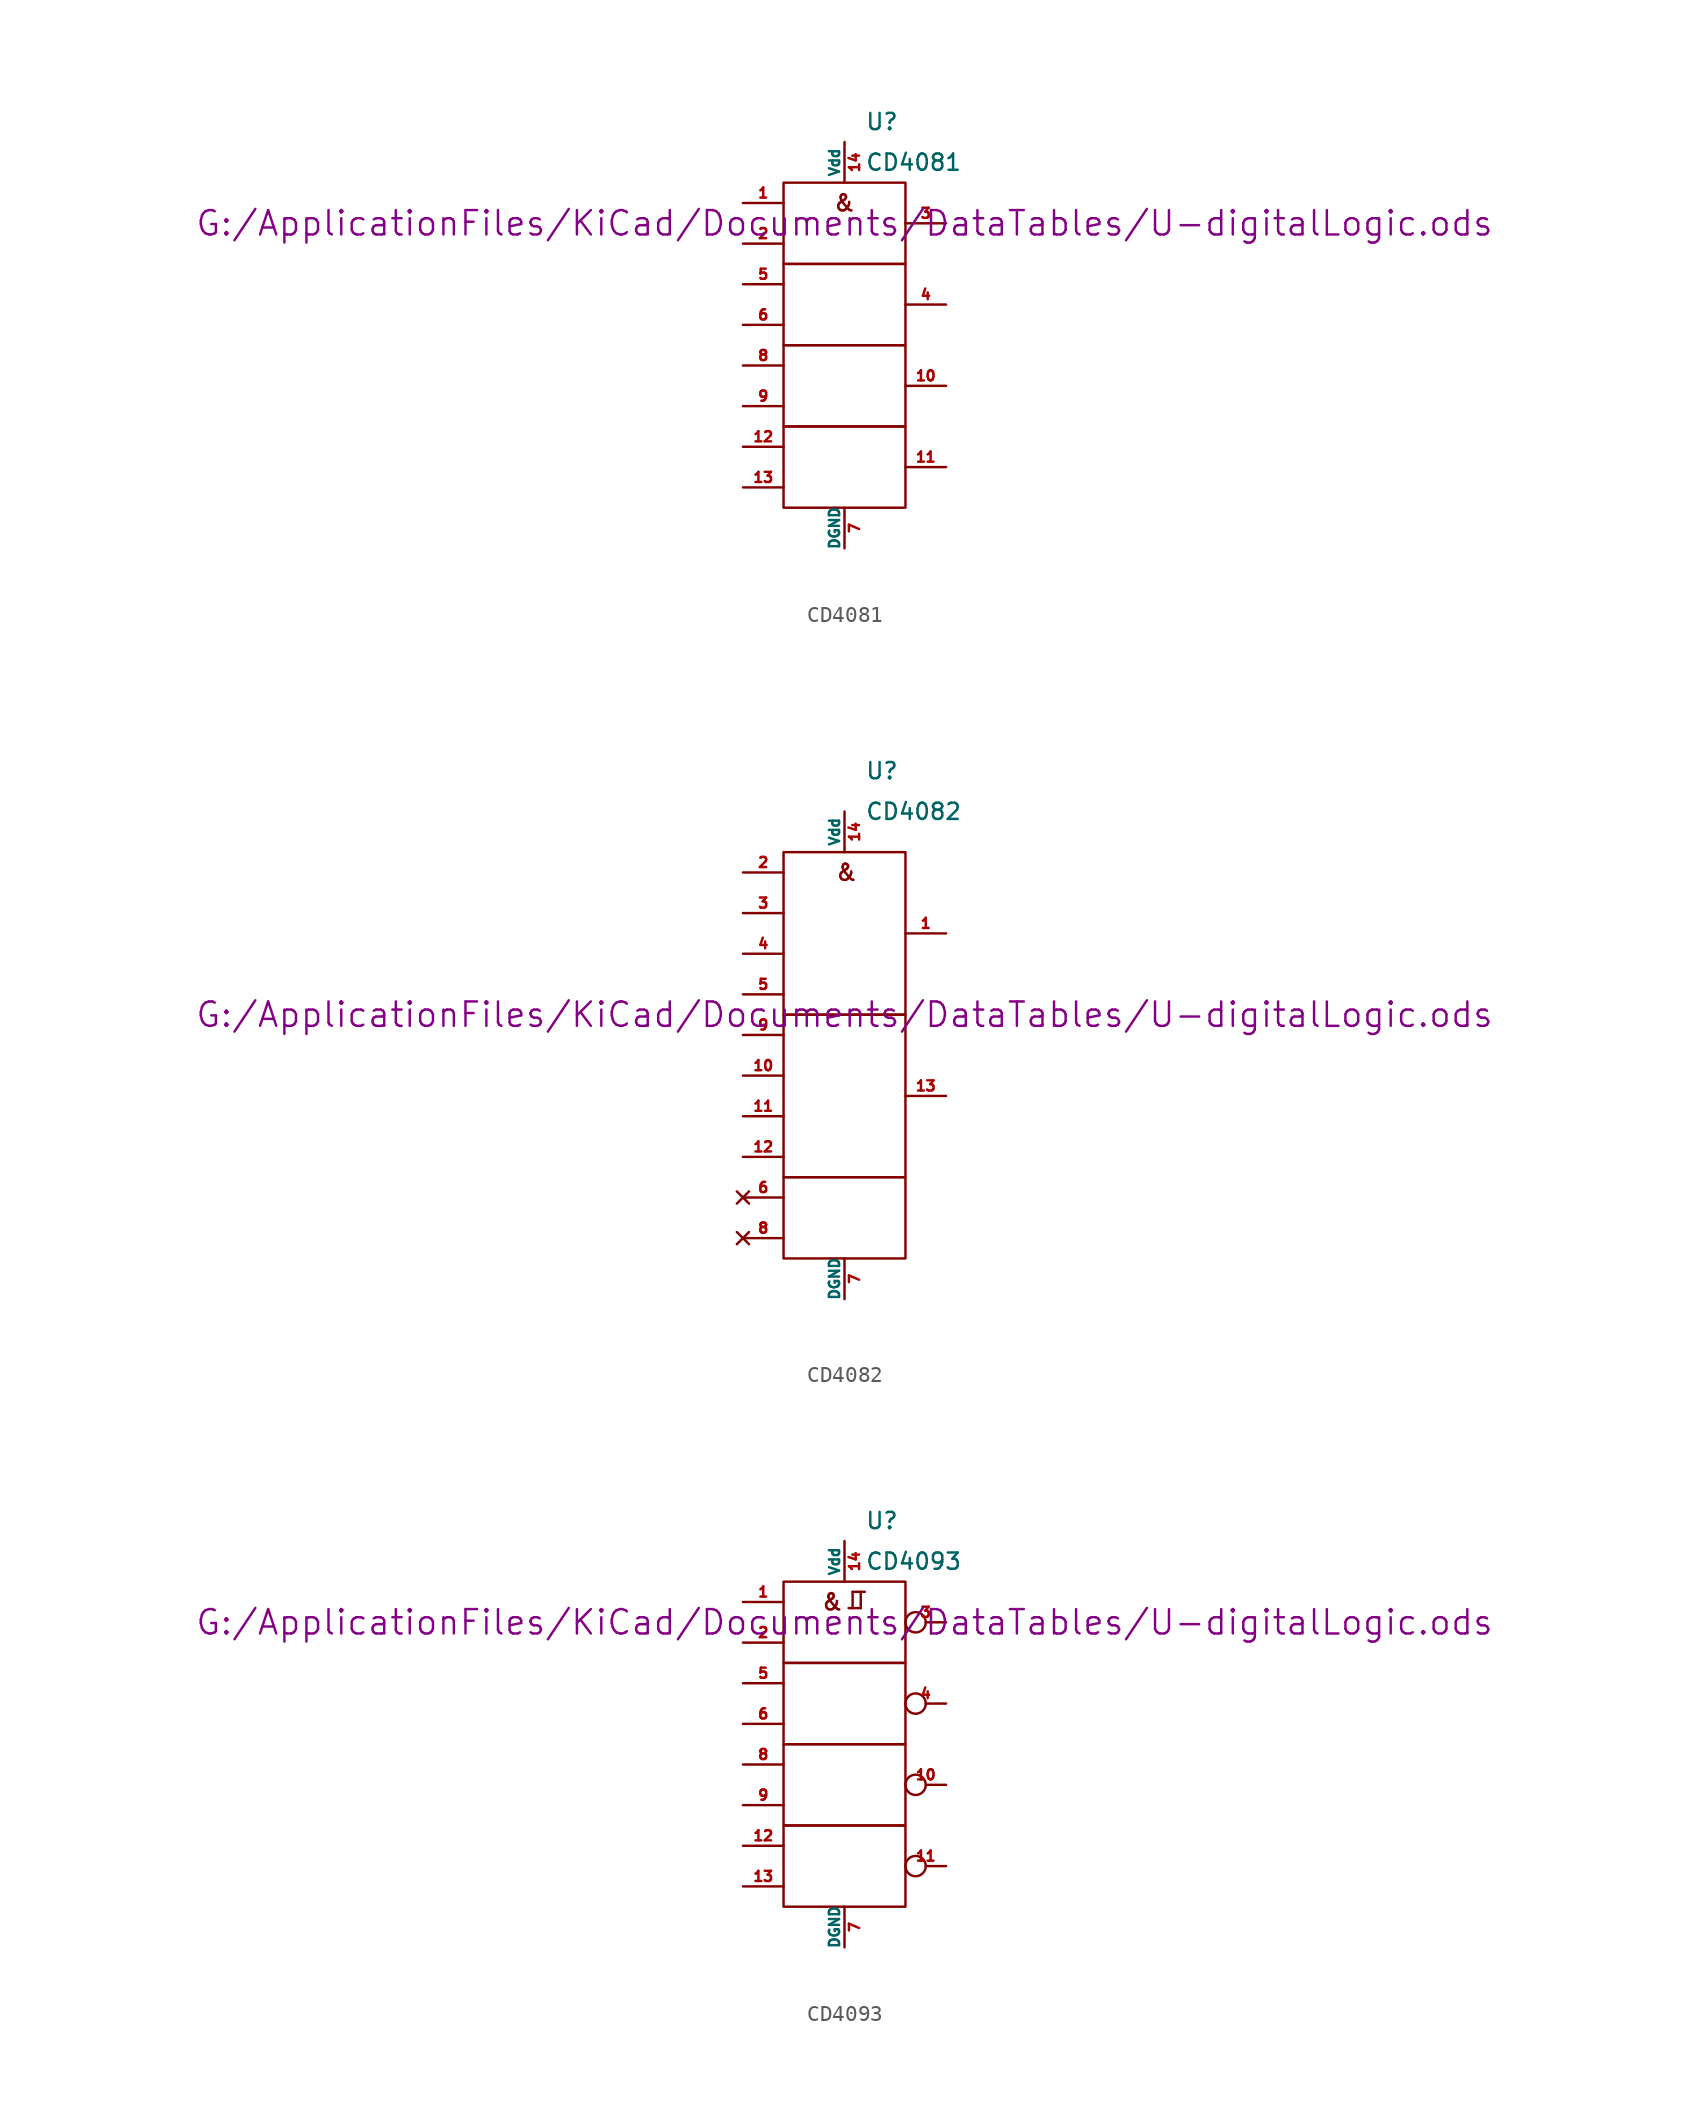
<source format=kicad_sym>
(kicad_symbol_lib
  (version 20211014)
  (generator kicad_symbol_editor)
  (symbol "CD4081"
    (pin_names
      (offset 0))
    (property "Reference" "U"
      (at 1.27 13.97 0)
      (effects (font (size 1.016 1.016)) (justify left)))
    (property "Value" "CD4081"
      (at 1.27 11.43 0)
      (effects (font (size 1.016 1.016)) (justify left)))
    (property "Footprint" ""
      (at 0 7.62 0)
      (effects (font (size 1.524 1.524))))
    (property "Datasheet" "G:/ApplicationFiles/KiCad/Documents/DataTables/U-digitalLogic.ods"
      (at 0 7.62 0)
      (effects (font (size 1.524 1.524))))
    (symbol "CD4081_0_0"
      (text "&" (at 0 8.89 0) (effects (font (size 1.016 1.016)))))
    (symbol "CD4081_0_1"
      (rectangle (start -3.81 -5.08) (end 3.81 -10.16) (stroke (width 0) (type default) (color 0 0 0 0)) (fill (type none)))
      (rectangle (start -3.81 0) (end 3.81 -5.08) (stroke (width 0) (type default) (color 0 0 0 0)) (fill (type none)))
      (rectangle (start -3.81 5.08) (end 3.81 0) (stroke (width 0) (type default) (color 0 0 0 0)) (fill (type none)))
      (rectangle (start -3.81 10.16) (end 3.81 5.08) (stroke (width 0) (type default) (color 0 0 0 0)) (fill (type none))))
    (symbol "CD4081_1_1"
      (pin input line (at -6.35 8.89 0) (length 2.54) (name "~" (effects (font (size 0.635 0.635)))) (number "1" (effects (font (size 0.635 0.635)))))
      (pin output line (at 6.35 -2.54 180) (length 2.54) (name "~" (effects (font (size 0.635 0.635)))) (number "10" (effects (font (size 0.635 0.635)))))
      (pin output line (at 6.35 -7.62 180) (length 2.54) (name "~" (effects (font (size 0.635 0.635)))) (number "11" (effects (font (size 0.635 0.635)))))
      (pin input line (at -6.35 -6.35 0) (length 2.54) (name "~" (effects (font (size 0.635 0.635)))) (number "12" (effects (font (size 0.635 0.635)))))
      (pin input line (at -6.35 -8.89 0) (length 2.54) (name "~" (effects (font (size 0.635 0.635)))) (number "13" (effects (font (size 0.635 0.635)))))
      (pin power_in line (at 0 12.7 270) (length 2.54) (name "Vdd" (effects (font (size 0.635 0.635)))) (number "14" (effects (font (size 0.635 0.635)))))
      (pin input line (at -6.35 6.35 0) (length 2.54) (name "~" (effects (font (size 0.635 0.635)))) (number "2" (effects (font (size 0.635 0.635)))))
      (pin output line (at 6.35 7.62 180) (length 2.54) (name "~" (effects (font (size 0.635 0.635)))) (number "3" (effects (font (size 0.635 0.635)))))
      (pin output line (at 6.35 2.54 180) (length 2.54) (name "~" (effects (font (size 0.635 0.635)))) (number "4" (effects (font (size 0.635 0.635)))))
      (pin input line (at -6.35 3.81 0) (length 2.54) (name "~" (effects (font (size 0.635 0.635)))) (number "5" (effects (font (size 0.635 0.635)))))
      (pin input line (at -6.35 1.27 0) (length 2.54) (name "~" (effects (font (size 0.635 0.635)))) (number "6" (effects (font (size 0.635 0.635)))))
      (pin power_in line (at 0 -12.7 90) (length 2.54) (name "DGND" (effects (font (size 0.635 0.635)))) (number "7" (effects (font (size 0.635 0.635)))))
      (pin input line (at -6.35 -1.27 0) (length 2.54) (name "~" (effects (font (size 0.635 0.635)))) (number "8" (effects (font (size 0.635 0.635)))))
      (pin input line (at -6.35 -3.81 0) (length 2.54) (name "~" (effects (font (size 0.635 0.635)))) (number "9" (effects (font (size 0.635 0.635)))))))
  (symbol "CD4082"
    (pin_names
      (offset 0))
    (property "Reference" "U"
      (at 1.27 17.78 0)
      (effects (font (size 1.016 1.016)) (justify left)))
    (property "Value" "CD4082"
      (at 1.27 15.24 0)
      (effects (font (size 1.016 1.016)) (justify left)))
    (property "Footprint" ""
      (at 0 2.54 0)
      (effects (font (size 1.524 1.524))))
    (property "Datasheet" "G:/ApplicationFiles/KiCad/Documents/DataTables/U-digitalLogic.ods"
      (at 0 2.54 0)
      (effects (font (size 1.524 1.524))))
    (symbol "CD4082_0_0"
      (rectangle (start -3.81 2.54) (end 3.81 -7.62) (stroke (width 0) (type default) (color 0 0 0 0)) (fill (type none)))
      (rectangle (start -3.81 12.7) (end 3.81 2.54) (stroke (width 0) (type default) (color 0 0 0 0)) (fill (type none)))
      (rectangle (start 3.81 -7.62) (end -3.81 -12.7) (stroke (width 0) (type default) (color 0 0 0 0)) (fill (type none)))
      (text "&" (at 0.127 11.43 0) (effects (font (size 1.016 1.016)))))
    (symbol "CD4082_1_1"
      (pin output line (at 6.35 7.62 180) (length 2.54) (name "~" (effects (font (size 0.635 0.635)))) (number "1" (effects (font (size 0.635 0.635)))))
      (pin input line (at -6.35 -1.27 0) (length 2.54) (name "~" (effects (font (size 0.635 0.635)))) (number "10" (effects (font (size 0.635 0.635)))))
      (pin input line (at -6.35 -3.81 0) (length 2.54) (name "~" (effects (font (size 0.635 0.635)))) (number "11" (effects (font (size 0.635 0.635)))))
      (pin input line (at -6.35 -6.35 0) (length 2.54) (name "~" (effects (font (size 0.635 0.635)))) (number "12" (effects (font (size 0.635 0.635)))))
      (pin output line (at 6.35 -2.54 180) (length 2.54) (name "~" (effects (font (size 0.635 0.635)))) (number "13" (effects (font (size 0.635 0.635)))))
      (pin power_in line (at 0 15.24 270) (length 2.54) (name "Vdd" (effects (font (size 0.635 0.635)))) (number "14" (effects (font (size 0.635 0.635)))))
      (pin input line (at -6.35 11.43 0) (length 2.54) (name "~" (effects (font (size 0.635 0.635)))) (number "2" (effects (font (size 0.635 0.635)))))
      (pin input line (at -6.35 8.89 0) (length 2.54) (name "~" (effects (font (size 0.635 0.635)))) (number "3" (effects (font (size 0.635 0.635)))))
      (pin input line (at -6.35 6.35 0) (length 2.54) (name "~" (effects (font (size 0.635 0.635)))) (number "4" (effects (font (size 0.635 0.635)))))
      (pin input line (at -6.35 3.81 0) (length 2.54) (name "~" (effects (font (size 0.635 0.635)))) (number "5" (effects (font (size 0.635 0.635)))))
      (pin no_connect line (at -6.35 -8.89 0) (length 2.54) (name "~" (effects (font (size 0.635 0.635)))) (number "6" (effects (font (size 0.635 0.635)))))
      (pin power_in line (at 0 -15.24 90) (length 2.54) (name "DGND" (effects (font (size 0.635 0.635)))) (number "7" (effects (font (size 0.635 0.635)))))
      (pin no_connect line (at -6.35 -11.43 0) (length 2.54) (name "~" (effects (font (size 0.635 0.635)))) (number "8" (effects (font (size 0.635 0.635)))))
      (pin input line (at -6.35 1.27 0) (length 2.54) (name "~" (effects (font (size 0.635 0.635)))) (number "9" (effects (font (size 0.635 0.635)))))))
  (symbol "CD4093"
    (pin_names
      (offset 0))
    (property "Reference" "U"
      (at 1.27 13.97 0)
      (effects (font (size 1.016 1.016)) (justify left)))
    (property "Value" "CD4093"
      (at 1.27 11.43 0)
      (effects (font (size 1.016 1.016)) (justify left)))
    (property "Footprint" ""
      (at 0 7.62 0)
      (effects (font (size 1.524 1.524))))
    (property "Datasheet" "G:/ApplicationFiles/KiCad/Documents/DataTables/U-digitalLogic.ods"
      (at 0 7.62 0)
      (effects (font (size 1.524 1.524))))
    (symbol "CD4093_0_0"
      (polyline (pts (xy 0.254 8.509) (xy 1.016 8.509)) (stroke (width 0) (type default) (color 0 0 0 0)) (fill (type none)))
      (polyline (pts (xy 0.508 8.509) (xy 0.508 9.525)) (stroke (width 0) (type default) (color 0 0 0 0)) (fill (type none)))
      (polyline (pts (xy 0.508 9.525) (xy 1.27 9.525)) (stroke (width 0) (type default) (color 0 0 0 0)) (fill (type none)))
      (polyline (pts (xy 1.016 8.509) (xy 1.016 9.525)) (stroke (width 0) (type default) (color 0 0 0 0)) (fill (type none)))
      (text "&" (at -0.762 8.89 0) (effects (font (size 1.016 1.016)))))
    (symbol "CD4093_0_1"
      (rectangle (start -3.81 -5.08) (end 3.81 -10.16) (stroke (width 0) (type default) (color 0 0 0 0)) (fill (type none)))
      (rectangle (start -3.81 0) (end 3.81 -5.08) (stroke (width 0) (type default) (color 0 0 0 0)) (fill (type none)))
      (rectangle (start -3.81 5.08) (end 3.81 0) (stroke (width 0) (type default) (color 0 0 0 0)) (fill (type none)))
      (rectangle (start -3.81 10.16) (end 3.81 5.08) (stroke (width 0) (type default) (color 0 0 0 0)) (fill (type none))))
    (symbol "CD4093_1_1"
      (pin input line (at -6.35 8.89 0) (length 2.54) (name "~" (effects (font (size 0.635 0.635)))) (number "1" (effects (font (size 0.635 0.635)))))
      (pin output inverted (at 6.35 -2.54 180) (length 2.54) (name "~" (effects (font (size 0.635 0.635)))) (number "10" (effects (font (size 0.635 0.635)))))
      (pin output inverted (at 6.35 -7.62 180) (length 2.54) (name "~" (effects (font (size 0.635 0.635)))) (number "11" (effects (font (size 0.635 0.635)))))
      (pin input line (at -6.35 -6.35 0) (length 2.54) (name "~" (effects (font (size 0.635 0.635)))) (number "12" (effects (font (size 0.635 0.635)))))
      (pin input line (at -6.35 -8.89 0) (length 2.54) (name "~" (effects (font (size 0.635 0.635)))) (number "13" (effects (font (size 0.635 0.635)))))
      (pin power_in line (at 0 12.7 270) (length 2.54) (name "Vdd" (effects (font (size 0.635 0.635)))) (number "14" (effects (font (size 0.635 0.635)))))
      (pin input line (at -6.35 6.35 0) (length 2.54) (name "~" (effects (font (size 0.635 0.635)))) (number "2" (effects (font (size 0.635 0.635)))))
      (pin output inverted (at 6.35 7.62 180) (length 2.54) (name "~" (effects (font (size 0.635 0.635)))) (number "3" (effects (font (size 0.635 0.635)))))
      (pin output inverted (at 6.35 2.54 180) (length 2.54) (name "~" (effects (font (size 0.635 0.635)))) (number "4" (effects (font (size 0.635 0.635)))))
      (pin input line (at -6.35 3.81 0) (length 2.54) (name "~" (effects (font (size 0.635 0.635)))) (number "5" (effects (font (size 0.635 0.635)))))
      (pin input line (at -6.35 1.27 0) (length 2.54) (name "~" (effects (font (size 0.635 0.635)))) (number "6" (effects (font (size 0.635 0.635)))))
      (pin power_in line (at 0 -12.7 90) (length 2.54) (name "DGND" (effects (font (size 0.635 0.635)))) (number "7" (effects (font (size 0.635 0.635)))))
      (pin input line (at -6.35 -1.27 0) (length 2.54) (name "~" (effects (font (size 0.635 0.635)))) (number "8" (effects (font (size 0.635 0.635)))))
      (pin input line (at -6.35 -3.81 0) (length 2.54) (name "~" (effects (font (size 0.635 0.635)))) (number "9" (effects (font (size 0.635 0.635))))))))
</source>
